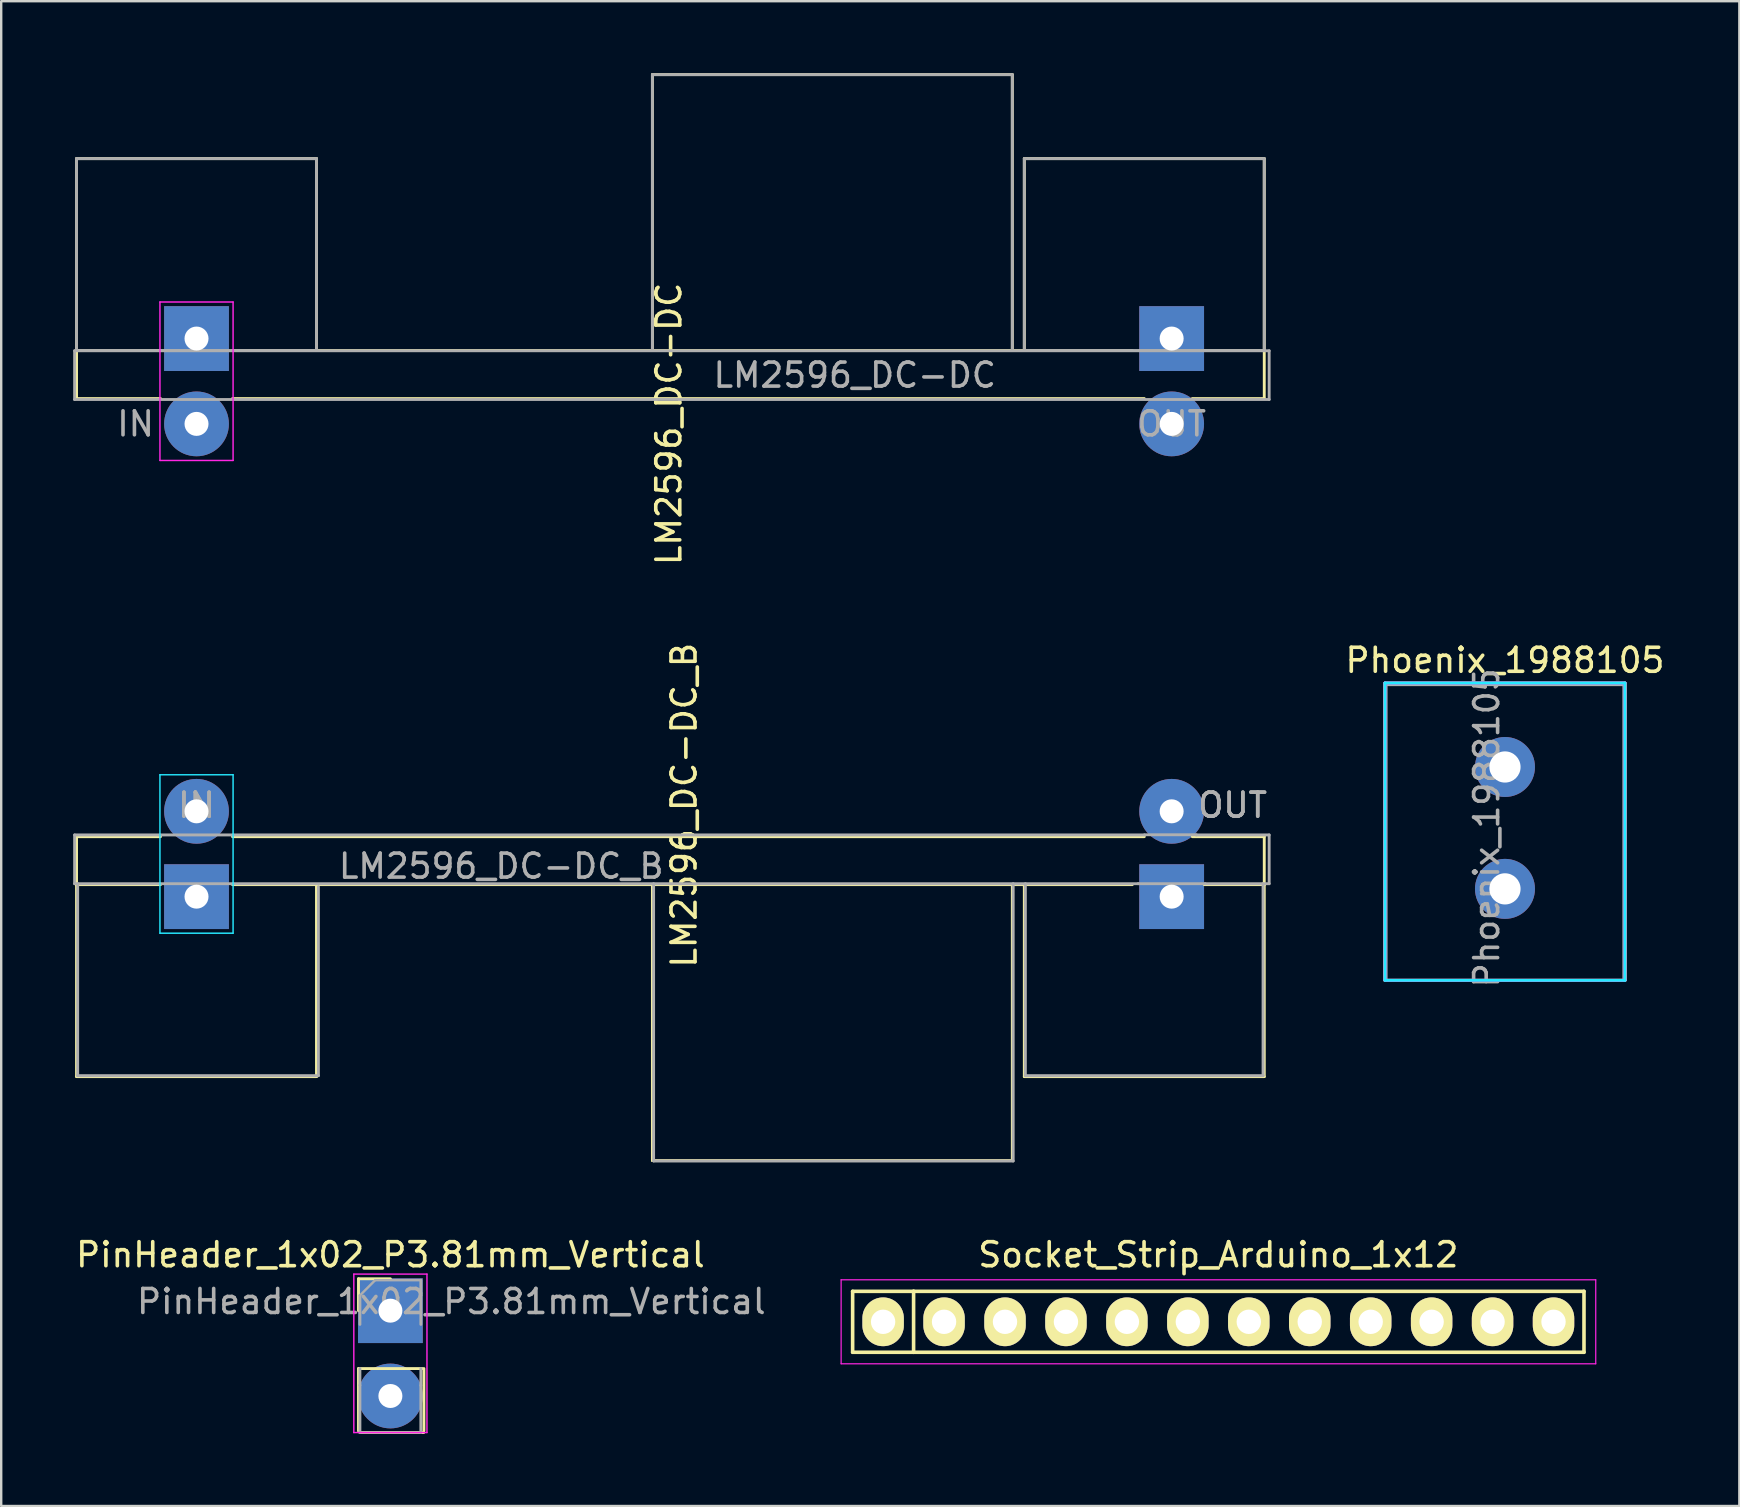
<source format=kicad_pcb>
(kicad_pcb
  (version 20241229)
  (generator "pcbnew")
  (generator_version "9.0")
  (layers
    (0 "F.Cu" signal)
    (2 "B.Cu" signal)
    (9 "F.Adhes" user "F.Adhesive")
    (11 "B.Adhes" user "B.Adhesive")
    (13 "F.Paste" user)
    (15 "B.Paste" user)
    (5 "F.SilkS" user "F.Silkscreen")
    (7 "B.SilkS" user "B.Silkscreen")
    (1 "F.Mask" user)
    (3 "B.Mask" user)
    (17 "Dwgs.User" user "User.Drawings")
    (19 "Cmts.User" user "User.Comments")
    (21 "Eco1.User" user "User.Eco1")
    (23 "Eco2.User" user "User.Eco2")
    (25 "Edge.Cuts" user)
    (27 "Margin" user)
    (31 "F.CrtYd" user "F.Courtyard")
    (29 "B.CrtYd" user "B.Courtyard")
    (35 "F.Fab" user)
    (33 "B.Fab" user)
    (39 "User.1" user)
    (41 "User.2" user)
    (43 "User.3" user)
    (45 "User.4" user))
  (footprint "PinHeader_1x02_P3.81mm_Vertical"
    (layer "F.Cu")
    (at 13.22 51.574)
    (property "Reference" "PinHeader_1x02_P3.81mm_Vertical" (at 0 -2.33 180) (layer "F.SilkS") (effects (font (size 1 1) (thickness 0.15))))
    (attr through_hole)
    (fp_line (start -1.33 -1.33) (end 0 -1.33) (stroke (width 0.12) (type solid)) (layer "F.SilkS"))
    (fp_line (start -1.33 0) (end -1.33 -1.33) (stroke (width 0.12) (type solid)) (layer "F.SilkS"))
    (fp_line (start -1.33 2.413) (end -1.33 5.013) (stroke (width 0.12) (type solid)) (layer "F.SilkS"))
    (fp_line (start -1.33 2.413) (end 1.33 2.413) (stroke (width 0.12) (type solid)) (layer "F.SilkS"))
    (fp_line (start -1.27 5.08) (end 1.39 5.08) (stroke (width 0.12) (type solid)) (layer "F.SilkS"))
    (fp_line (start 1.397 2.413) (end 1.397 5.013) (stroke (width 0.12) (type solid)) (layer "F.SilkS"))
    (fp_line (start -1.524 -1.524) (end -1.524 5.08) (stroke (width 0.06) (type solid)) (layer "F.CrtYd"))
    (fp_line (start -1.524 -1.524) (end 1.524 -1.524) (stroke (width 0.06) (type solid)) (layer "F.CrtYd"))
    (fp_line (start 1.524 -1.524) (end 1.524 5.08) (stroke (width 0.06) (type solid)) (layer "F.CrtYd"))
    (fp_line (start 1.524 5.08) (end -1.524 5.08) (stroke (width 0.06) (type solid)) (layer "F.CrtYd"))
    (fp_line (start -1.27 -0.635) (end -1.27 0.572) (stroke (width 0.12) (type solid)) (layer "F.Fab"))
    (fp_line (start -1.27 -0.635) (end -0.635 -1.27) (stroke (width 0.1) (type solid)) (layer "F.Fab"))
    (fp_line (start -1.27 3.111) (end -1.27 2.413) (stroke (width 0.12) (type solid)) (layer "F.Fab"))
    (fp_line (start -1.27 5.08) (end -1.27 3.111) (stroke (width 0.12) (type solid)) (layer "F.Fab"))
    (fp_line (start -0.635 -1.27) (end 1.27 -1.27) (stroke (width 0.1) (type solid)) (layer "F.Fab"))
    (fp_line (start 1.27 -1.27) (end 1.27 0.572) (stroke (width 0.12) (type solid)) (layer "F.Fab"))
    (fp_line (start 1.27 3.111) (end 1.27 2.413) (stroke (width 0.12) (type solid)) (layer "F.Fab"))
    (fp_line (start 1.27 5.08) (end -1.27 5.08) (stroke (width 0.1) (type solid)) (layer "F.Fab"))
    (fp_line (start 1.27 5.08) (end 1.27 3.111) (stroke (width 0.12) (type solid)) (layer "F.Fab"))
    (fp_text user "${REFERENCE}" (at 2.54 -0.381 0) (layer "F.Fab") (effects (font (size 1 1) (thickness 0.15))))
    (pad "1" thru_hole rect (at 0 0) (size 2.7 2.7) (drill 1) (layers "*.Cu" "*.Mask"))
    (pad "2" thru_hole oval (at 0 3.556) (size 2.7 2.7) (drill 1) (layers "*.Cu" "*.Mask")))
  (footprint "Socket_Strip_Arduino_1x12"
    (layer "F.Cu")
    (at 33.755 52.038)
    (property "Reference" "Socket_Strip_Arduino_1x12" (at 13.97 -2.794 0) (layer "F.SilkS") (effects (font (size 1 1) (thickness 0.15))))
    (attr through_hole)
    (fp_line (start -1.27 -1.27) (end -1.27 1.27) (stroke (width 0.15) (type solid)) (layer "F.SilkS"))
    (fp_line (start -1.27 1.27) (end 1.27 1.27) (stroke (width 0.15) (type solid)) (layer "F.SilkS"))
    (fp_line (start 1.27 -1.27) (end -1.27 -1.27) (stroke (width 0.15) (type solid)) (layer "F.SilkS"))
    (fp_line (start 1.27 1.27) (end 1.27 -1.27) (stroke (width 0.15) (type solid)) (layer "F.SilkS"))
    (fp_line (start 1.27 1.27) (end 29.21 1.27) (stroke (width 0.15) (type solid)) (layer "F.SilkS"))
    (fp_line (start 29.21 -1.27) (end 1.27 -1.27) (stroke (width 0.15) (type solid)) (layer "F.SilkS"))
    (fp_line (start 29.21 1.27) (end 29.21 -1.27) (stroke (width 0.15) (type solid)) (layer "F.SilkS"))
    (fp_line (start -1.75 -1.75) (end -1.75 1.75) (stroke (width 0.05) (type solid)) (layer "F.CrtYd"))
    (fp_line (start -1.75 -1.75) (end 29.7 -1.75) (stroke (width 0.05) (type solid)) (layer "F.CrtYd"))
    (fp_line (start -1.75 1.75) (end 29.7 1.75) (stroke (width 0.05) (type solid)) (layer "F.CrtYd"))
    (fp_line (start 29.7 -1.75) (end 29.7 1.75) (stroke (width 0.05) (type solid)) (layer "F.CrtYd"))
    (pad "1" thru_hole oval (at 0 0) (size 1.727 2.032) (drill 1.016) (layers "*.Cu" "*.Mask" "F.SilkS"))
    (pad "2" thru_hole oval (at 2.54 0) (size 1.727 2.032) (drill 1.016) (layers "*.Cu" "*.Mask" "F.SilkS"))
    (pad "3" thru_hole oval (at 5.08 0) (size 1.727 2.032) (drill 1.016) (layers "*.Cu" "*.Mask" "F.SilkS"))
    (pad "4" thru_hole oval (at 7.62 0) (size 1.727 2.032) (drill 1.016) (layers "*.Cu" "*.Mask" "F.SilkS"))
    (pad "5" thru_hole oval (at 10.16 0) (size 1.727 2.032) (drill 1.016) (layers "*.Cu" "*.Mask" "F.SilkS"))
    (pad "6" thru_hole oval (at 12.7 0) (size 1.727 2.032) (drill 1.016) (layers "*.Cu" "*.Mask" "F.SilkS"))
    (pad "7" thru_hole oval (at 15.24 0) (size 1.727 2.032) (drill 1.016) (layers "*.Cu" "*.Mask" "F.SilkS"))
    (pad "8" thru_hole oval (at 17.78 0) (size 1.727 2.032) (drill 1.016) (layers "*.Cu" "*.Mask" "F.SilkS"))
    (pad "9" thru_hole oval (at 20.32 0) (size 1.727 2.032) (drill 1.016) (layers "*.Cu" "*.Mask" "F.SilkS"))
    (pad "10" thru_hole oval (at 22.86 0) (size 1.727 2.032) (drill 1.016) (layers "*.Cu" "*.Mask" "F.SilkS"))
    (pad "11" thru_hole oval (at 25.4 0) (size 1.727 2.032) (drill 1.016) (layers "*.Cu" "*.Mask" "F.SilkS"))
    (pad "12" thru_hole oval (at 27.94 0) (size 1.727 2.032) (drill 1.016) (layers "*.Cu" "*.Mask" "F.SilkS")))
  (footprint "LM2596_DC-DC_B"
    (layer "F.Cu")
    (at 5.14 34.319)
    (property "Reference" "LM2596_DC-DC_B" (at 20.32 -3.81 270) (layer "F.SilkS") (effects (font (size 1 1) (thickness 0.15))))
    (attr through_hole)
    (fp_line (start -5 -2.5) (end -1.5 -2.5) (stroke (width 0.12) (type solid)) (layer "F.SilkS"))
    (fp_line (start -5 -0.5) (end -5 -2.5) (stroke (width 0.12) (type solid)) (layer "F.SilkS"))
    (fp_line (start -5 -0.5) (end -5 7.5) (stroke (width 0.12) (type solid)) (layer "F.SilkS"))
    (fp_line (start -5 7.5) (end 5 7.5) (stroke (width 0.12) (type solid)) (layer "F.SilkS"))
    (fp_line (start -1.5 -0.5) (end -5 -0.5) (stroke (width 0.12) (type solid)) (layer "F.SilkS"))
    (fp_line (start 1.5 -0.5) (end 39 -0.5) (stroke (width 0.12) (type solid)) (layer "F.SilkS"))
    (fp_line (start 5 7.5) (end 5 -0.5) (stroke (width 0.12) (type solid)) (layer "F.SilkS"))
    (fp_line (start 19 -0.5) (end 19 11) (stroke (width 0.12) (type solid)) (layer "F.SilkS"))
    (fp_line (start 19 11) (end 34 11) (stroke (width 0.12) (type solid)) (layer "F.SilkS"))
    (fp_line (start 34 11) (end 34 -0.5) (stroke (width 0.12) (type solid)) (layer "F.SilkS"))
    (fp_line (start 34.5 -0.5) (end 34.5 7.5) (stroke (width 0.12) (type solid)) (layer "F.SilkS"))
    (fp_line (start 34.5 7.5) (end 44.5 7.5) (stroke (width 0.12) (type solid)) (layer "F.SilkS"))
    (fp_line (start 39.5 -2.5) (end 1.5 -2.5) (stroke (width 0.12) (type solid)) (layer "F.SilkS"))
    (fp_line (start 42 -0.5) (end 44.5 -0.5) (stroke (width 0.12) (type solid)) (layer "F.SilkS"))
    (fp_line (start 44.5 -2.5) (end 41.5 -2.5) (stroke (width 0.12) (type solid)) (layer "F.SilkS"))
    (fp_line (start 44.5 -0.5) (end 44.5 -2.5) (stroke (width 0.12) (type solid)) (layer "F.SilkS"))
    (fp_line (start 44.5 7.5) (end 44.5 -0.5) (stroke (width 0.12) (type solid)) (layer "F.SilkS"))
    (fp_line (start -1.524 1.524) (end -1.524 -5.08) (stroke (width 0.06) (type solid)) (layer "B.CrtYd"))
    (fp_line (start -1.524 1.524) (end 1.524 1.524) (stroke (width 0.06) (type solid)) (layer "B.CrtYd"))
    (fp_line (start 1.524 -5.08) (end -1.524 -5.08) (stroke (width 0.06) (type solid)) (layer "B.CrtYd"))
    (fp_line (start 1.524 1.524) (end 1.524 -5.08) (stroke (width 0.06) (type solid)) (layer "B.CrtYd"))
    (fp_line (start -5.08 -2.572) (end -5.08 -0.54) (stroke (width 0.12) (type solid)) (layer "F.Fab"))
    (fp_line (start -5.08 -0.54) (end -1.524 -0.54) (stroke (width 0.12) (type solid)) (layer "F.Fab"))
    (fp_line (start -4.953 7.461) (end -4.953 -0.54) (stroke (width 0.12) (type solid)) (layer "F.Fab"))
    (fp_line (start -1.524 -2.572) (end -5.08 -2.572) (stroke (width 0.12) (type solid)) (layer "F.Fab"))
    (fp_line (start -1.524 -0.54) (end 1.524 -0.54) (stroke (width 0.12) (type solid)) (layer "F.Fab"))
    (fp_line (start 1.524 -2.572) (end -1.524 -2.572) (stroke (width 0.12) (type solid)) (layer "F.Fab"))
    (fp_line (start 1.524 -2.572) (end 39.497 -2.572) (stroke (width 0.12) (type solid)) (layer "F.Fab"))
    (fp_line (start 5.08 -0.413) (end 5.08 7.461) (stroke (width 0.12) (type solid)) (layer "F.Fab"))
    (fp_line (start 5.08 7.461) (end -4.953 7.461) (stroke (width 0.12) (type solid)) (layer "F.Fab"))
    (fp_line (start 19.05 -0.54) (end 19.05 11.017) (stroke (width 0.12) (type solid)) (layer "F.Fab"))
    (fp_line (start 19.05 11.017) (end 34.036 11.017) (stroke (width 0.12) (type solid)) (layer "F.Fab"))
    (fp_line (start 34.036 11.017) (end 34.036 -0.54) (stroke (width 0.12) (type solid)) (layer "F.Fab"))
    (fp_line (start 34.544 -0.54) (end 34.544 7.461) (stroke (width 0.12) (type solid)) (layer "F.Fab"))
    (fp_line (start 34.544 7.461) (end 44.45 7.461) (stroke (width 0.12) (type solid)) (layer "F.Fab"))
    (fp_line (start 39.243 -0.54) (end 1.524 -0.54) (stroke (width 0.12) (type solid)) (layer "F.Fab"))
    (fp_line (start 39.243 -0.54) (end 42.037 -0.54) (stroke (width 0.12) (type solid)) (layer "F.Fab"))
    (fp_line (start 39.51 -2.578) (end 41.669 -2.578) (stroke (width 0.12) (type solid)) (layer "F.Fab"))
    (fp_line (start 41.656 -2.572) (end 44.704 -2.572) (stroke (width 0.12) (type solid)) (layer "F.Fab"))
    (fp_line (start 44.45 7.461) (end 44.45 -0.54) (stroke (width 0.12) (type solid)) (layer "F.Fab"))
    (fp_line (start 44.704 -2.572) (end 44.704 -0.54) (stroke (width 0.12) (type solid)) (layer "F.Fab"))
    (fp_line (start 44.704 -0.54) (end 42.037 -0.54) (stroke (width 0.12) (type solid)) (layer "F.Fab"))
    (fp_text user "IN" (at 0 -3.81 180) (layer "F.Fab") (effects (font (size 1 1) (thickness 0.15))))
    (fp_text user "IN" (at 0 -3.81 180) (layer "F.Fab") (effects (font (size 1 1) (thickness 0.15))))
    (fp_text user "OUT" (at 43.18 -3.81 0) (layer "F.Fab") (effects (font (size 1 1) (thickness 0.15))))
    (fp_text user "${REFERENCE}" (at 12.7 -1.27 0) (layer "F.Fab") (effects (font (size 1 1) (thickness 0.15))))
    (fp_text user "OUT" (at 43.18 -3.81 0) (layer "F.Fab") (effects (font (size 1 1) (thickness 0.15))))
    (pad "1" thru_hole rect (at 0 0) (size 2.7 2.7) (drill 1) (layers "*.Cu" "*.Mask"))
    (pad "2" thru_hole oval (at 0 -3.556) (size 2.7 2.7) (drill 1) (layers "*.Cu" "*.Mask"))
    (pad "3" thru_hole rect (at 40.64 0) (size 2.7 2.7) (drill 1) (layers "*.Cu" "*.Mask"))
    (pad "4" thru_hole oval (at 40.64 -3.556) (size 2.7 2.7) (drill 1) (layers "*.Cu" "*.Mask")))
  (footprint "LM2596_DC-DC"
    (layer "F.Cu")
    (at 5.14 11.06)
    (property "Reference" "LM2596_DC-DC" (at 19.685 3.556 90) (layer "F.SilkS") (effects (font (size 1 1) (thickness 0.15))))
    (attr through_hole)
    (fp_line (start -5 -7.5) (end 5 -7.5) (stroke (width 0.12) (type solid)) (layer "F.SilkS"))
    (fp_line (start -5 0.5) (end -5 -7.5) (stroke (width 0.12) (type solid)) (layer "F.SilkS"))
    (fp_line (start -5 0.5) (end -5 2.5) (stroke (width 0.12) (type solid)) (layer "F.SilkS"))
    (fp_line (start -5 0.5) (end -1.5 0.5) (stroke (width 0.12) (type solid)) (layer "F.SilkS"))
    (fp_line (start -5 2.5) (end -1.5 2.5) (stroke (width 0.12) (type solid)) (layer "F.SilkS"))
    (fp_line (start 1.5 0.5) (end 39 0.5) (stroke (width 0.12) (type solid)) (layer "F.SilkS"))
    (fp_line (start 5 -7.5) (end 5 0.5) (stroke (width 0.12) (type solid)) (layer "F.SilkS"))
    (fp_line (start 19 -11) (end 34 -11) (stroke (width 0.12) (type solid)) (layer "F.SilkS"))
    (fp_line (start 19 0.5) (end 19 -11) (stroke (width 0.12) (type solid)) (layer "F.SilkS"))
    (fp_line (start 34 -11) (end 34 0.5) (stroke (width 0.12) (type solid)) (layer "F.SilkS"))
    (fp_line (start 34.5 -7.5) (end 44.5 -7.5) (stroke (width 0.12) (type solid)) (layer "F.SilkS"))
    (fp_line (start 34.5 0.5) (end 34.5 -7.5) (stroke (width 0.12) (type solid)) (layer "F.SilkS"))
    (fp_line (start 39.5 2.5) (end 1.5 2.5) (stroke (width 0.12) (type solid)) (layer "F.SilkS"))
    (fp_line (start 42 0.5) (end 44.5 0.5) (stroke (width 0.12) (type solid)) (layer "F.SilkS"))
    (fp_line (start 44.5 -7.5) (end 44.5 0.5) (stroke (width 0.12) (type solid)) (layer "F.SilkS"))
    (fp_line (start 44.5 0.5) (end 44.5 2.5) (stroke (width 0.12) (type solid)) (layer "F.SilkS"))
    (fp_line (start 44.5 2.5) (end 41.5 2.5) (stroke (width 0.12) (type solid)) (layer "F.SilkS"))
    (fp_line (start -1.524 -1.524) (end -1.524 5.08) (stroke (width 0.06) (type solid)) (layer "F.CrtYd"))
    (fp_line (start -1.524 -1.524) (end 1.524 -1.524) (stroke (width 0.06) (type solid)) (layer "F.CrtYd"))
    (fp_line (start 1.524 -1.524) (end 1.524 5.08) (stroke (width 0.06) (type solid)) (layer "F.CrtYd"))
    (fp_line (start 1.524 5.08) (end -1.524 5.08) (stroke (width 0.06) (type solid)) (layer "F.CrtYd"))
    (fp_line (start -5.08 0.508) (end -5.08 2.54) (stroke (width 0.12) (type solid)) (layer "F.Fab"))
    (fp_line (start -5.08 0.508) (end 44.704 0.508) (stroke (width 0.12) (type solid)) (layer "F.Fab"))
    (fp_line (start -5.08 2.54) (end 44.704 2.54) (stroke (width 0.12) (type solid)) (layer "F.Fab"))
    (fp_line (start -5 -7.5) (end 5 -7.5) (stroke (width 0.12) (type solid)) (layer "F.Fab"))
    (fp_line (start -5 0.5) (end -5 -7.5) (stroke (width 0.12) (type solid)) (layer "F.Fab"))
    (fp_line (start 5 -7.5) (end 5 0.5) (stroke (width 0.12) (type solid)) (layer "F.Fab"))
    (fp_line (start 5 0.5) (end -5 0.5) (stroke (width 0.12) (type solid)) (layer "F.Fab"))
    (fp_line (start 19 -11) (end 34 -11) (stroke (width 0.12) (type solid)) (layer "F.Fab"))
    (fp_line (start 19 0.5) (end 19 -11) (stroke (width 0.12) (type solid)) (layer "F.Fab"))
    (fp_line (start 34 -11) (end 34 0.5) (stroke (width 0.12) (type solid)) (layer "F.Fab"))
    (fp_line (start 34.5 -7.5) (end 44.5 -7.5) (stroke (width 0.12) (type solid)) (layer "F.Fab"))
    (fp_line (start 34.5 0.5) (end 34.5 -7.5) (stroke (width 0.12) (type solid)) (layer "F.Fab"))
    (fp_line (start 44.5 -7.5) (end 44.5 0.5) (stroke (width 0.12) (type solid)) (layer "F.Fab"))
    (fp_line (start 44.5 0.5) (end 34.5 0.5) (stroke (width 0.12) (type solid)) (layer "F.Fab"))
    (fp_line (start 44.704 0.508) (end 44.704 2.54) (stroke (width 0.12) (type solid)) (layer "F.Fab"))
    (fp_text user "IN" (at -2.54 3.556 180) (layer "F.Fab") (effects (font (size 1 1) (thickness 0.15))))
    (fp_text user "${REFERENCE}" (at 27.432 1.524 180) (layer "F.Fab") (effects (font (size 1 1) (thickness 0.15))))
    (fp_text user "OUT" (at 40.64 3.556 0) (layer "F.Fab") (effects (font (size 1 1) (thickness 0.15))))
    (pad "1" thru_hole rect (at 0 0) (size 2.7 2.7) (drill 1) (layers "*.Cu" "*.Mask"))
    (pad "2" thru_hole oval (at 0 3.556) (size 2.7 2.7) (drill 1) (layers "*.Cu" "*.Mask"))
    (pad "3" thru_hole rect (at 40.64 0) (size 2.7 2.7) (drill 1) (layers "*.Cu" "*.Mask"))
    (pad "4" thru_hole oval (at 40.64 3.556) (size 2.7 2.7) (drill 1) (layers "*.Cu" "*.Mask")))
  (footprint "Phoenix_1988105"
    (layer "F.Cu")
    (at 59.672 28.915)
    (property "Reference" "Phoenix_1988105" (at 0 -4.445 0) (layer "F.SilkS") (effects (font (size 1 1) (thickness 0.15))))
    (attr through_hole)
    (fp_line (start -5.016 -3.493) (end -5.016 8.89) (stroke (width 0.12) (type solid)) (layer "F.SilkS"))
    (fp_line (start -5 -3.5) (end 5 -3.5) (stroke (width 0.12) (type solid)) (layer "F.SilkS"))
    (fp_line (start -5 8.89) (end 5 8.89) (stroke (width 0.12) (type solid)) (layer "F.SilkS"))
    (fp_line (start 5.016 8.89) (end 5.016 -3.493) (stroke (width 0.12) (type solid)) (layer "F.SilkS"))
    (fp_line (start -5 -3.5) (end -5 8.89) (stroke (width 0.12) (type solid)) (layer "B.CrtYd"))
    (fp_line (start -5 8.89) (end 5 8.89) (stroke (width 0.12) (type solid)) (layer "B.CrtYd"))
    (fp_line (start 5 -3.5) (end -5 -3.5) (stroke (width 0.12) (type solid)) (layer "B.CrtYd"))
    (fp_line (start 5 8.89) (end 5 -3.5) (stroke (width 0.12) (type solid)) (layer "B.CrtYd"))
    (fp_line (start -5 -3.5) (end 5 -3.5) (stroke (width 0.12) (type solid)) (layer "F.CrtYd"))
    (fp_line (start -5 8.89) (end -5 -3.5) (stroke (width 0.12) (type solid)) (layer "F.CrtYd"))
    (fp_line (start 5 -3.5) (end 5 8.89) (stroke (width 0.12) (type solid)) (layer "F.CrtYd"))
    (fp_line (start 5 8.89) (end -5 8.89) (stroke (width 0.12) (type solid)) (layer "F.CrtYd"))
    (fp_line (start -4.953 -3.429) (end -4.953 8.89) (stroke (width 0.12) (type solid)) (layer "F.Fab"))
    (fp_line (start -4.953 8.89) (end 4.953 8.89) (stroke (width 0.12) (type solid)) (layer "F.Fab"))
    (fp_line (start 4.953 -3.429) (end -4.953 -3.429) (stroke (width 0.12) (type solid)) (layer "F.Fab"))
    (fp_line (start 4.953 8.89) (end 4.953 -3.429) (stroke (width 0.12) (type solid)) (layer "F.Fab"))
    (fp_text user "${REFERENCE}" (at -0.762 2.54 270) (layer "F.Fab") (effects (font (size 1 1) (thickness 0.15))))
    (pad "1" thru_hole circle (at 0 0) (size 2.5 2.5) (drill 1.3) (layers "*.Cu" "*.Mask"))
    (pad "2" thru_hole circle (at 0 5.08) (size 2.5 2.5) (drill 1.3) (layers "*.Cu" "*.Mask")))
  (gr_rect
    (start -3 -3)
    (end 69.44 59.714)
    (stroke (width 0.1) (type default))
    (fill no)
    (layer "Edge.Cuts")))
</source>
